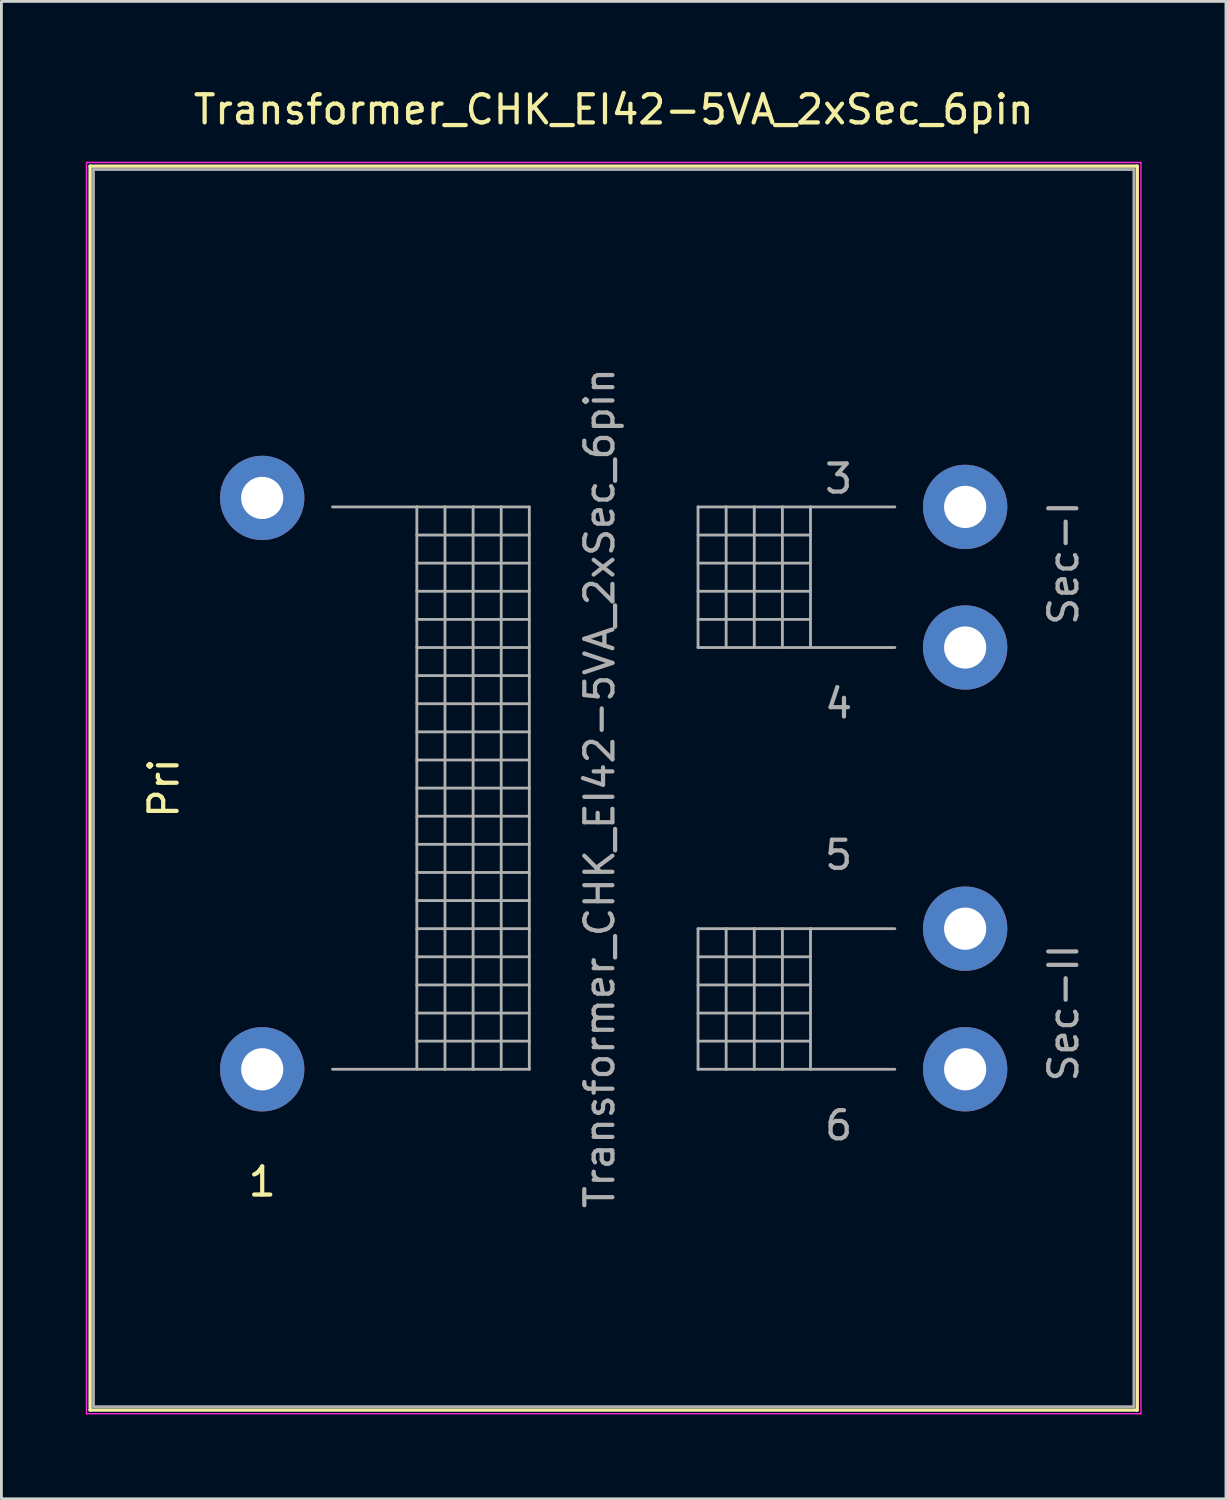
<source format=kicad_pcb>
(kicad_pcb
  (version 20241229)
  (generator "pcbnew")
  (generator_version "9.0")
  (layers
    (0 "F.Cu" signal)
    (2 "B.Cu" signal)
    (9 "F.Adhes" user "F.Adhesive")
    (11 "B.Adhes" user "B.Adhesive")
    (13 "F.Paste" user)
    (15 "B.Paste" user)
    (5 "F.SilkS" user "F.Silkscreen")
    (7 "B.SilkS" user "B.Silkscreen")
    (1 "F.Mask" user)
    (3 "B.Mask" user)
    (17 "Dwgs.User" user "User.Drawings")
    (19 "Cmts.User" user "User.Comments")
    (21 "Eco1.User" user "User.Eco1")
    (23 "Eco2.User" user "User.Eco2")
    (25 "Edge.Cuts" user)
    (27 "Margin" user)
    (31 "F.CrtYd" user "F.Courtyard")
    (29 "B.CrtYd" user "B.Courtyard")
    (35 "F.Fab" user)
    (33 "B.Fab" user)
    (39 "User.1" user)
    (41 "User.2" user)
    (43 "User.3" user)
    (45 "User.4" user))
  (footprint "Transformer_CHK_EI42-5VA_2xSec_6pin"
    (layer "F.Cu")
    (at 6.275 34.978)
    (property "Reference" "Transformer_CHK_EI42-5VA_2xSec_6pin" (at 12.5 -34.13 0) (layer "F.SilkS") (effects (font (size 1 1) (thickness 0.15))))
    (attr through_hole)
    (fp_line (start -6.12 -32.12) (end -6.12 12.12) (stroke (width 0.12) (type solid)) (layer "F.SilkS"))
    (fp_line (start -6.12 -32.12) (end 31.12 -32.12) (stroke (width 0.12) (type solid)) (layer "F.SilkS"))
    (fp_line (start 31.12 12.12) (end -6.12 12.12) (stroke (width 0.12) (type solid)) (layer "F.SilkS"))
    (fp_line (start 31.12 12.12) (end 31.12 -32.12) (stroke (width 0.12) (type solid)) (layer "F.SilkS"))
    (fp_line (start -6.25 -32.25) (end -6.25 12.25) (stroke (width 0.05) (type solid)) (layer "F.CrtYd"))
    (fp_line (start -6.25 -32.25) (end 31.25 -32.25) (stroke (width 0.05) (type solid)) (layer "F.CrtYd"))
    (fp_line (start 31.25 12.25) (end -6.25 12.25) (stroke (width 0.05) (type solid)) (layer "F.CrtYd"))
    (fp_line (start 31.25 12.25) (end 31.25 -32.25) (stroke (width 0.05) (type solid)) (layer "F.CrtYd"))
    (fp_line (start -6 -32) (end -6 12) (stroke (width 0.1) (type solid)) (layer "F.Fab"))
    (fp_line (start -6 12) (end 31 12) (stroke (width 0.1) (type solid)) (layer "F.Fab"))
    (fp_line (start 2.5 -20) (end 5.5 -20) (stroke (width 0.1) (type solid)) (layer "F.Fab"))
    (fp_line (start 5.5 -20) (end 5.5 0) (stroke (width 0.1) (type solid)) (layer "F.Fab"))
    (fp_line (start 5.5 -20) (end 6.5 -20) (stroke (width 0.1) (type solid)) (layer "F.Fab"))
    (fp_line (start 5.5 -19) (end 9.5 -19) (stroke (width 0.1) (type solid)) (layer "F.Fab"))
    (fp_line (start 5.5 -18) (end 9.5 -18) (stroke (width 0.1) (type solid)) (layer "F.Fab"))
    (fp_line (start 5.5 -17) (end 9.5 -17) (stroke (width 0.1) (type solid)) (layer "F.Fab"))
    (fp_line (start 5.5 -16) (end 9.5 -16) (stroke (width 0.1) (type solid)) (layer "F.Fab"))
    (fp_line (start 5.5 -15) (end 9.5 -15) (stroke (width 0.1) (type solid)) (layer "F.Fab"))
    (fp_line (start 5.5 -14) (end 9.5 -14) (stroke (width 0.1) (type solid)) (layer "F.Fab"))
    (fp_line (start 5.5 -13) (end 9.5 -13) (stroke (width 0.1) (type solid)) (layer "F.Fab"))
    (fp_line (start 5.5 -12) (end 9.5 -12) (stroke (width 0.1) (type solid)) (layer "F.Fab"))
    (fp_line (start 5.5 -11) (end 9.5 -11) (stroke (width 0.1) (type solid)) (layer "F.Fab"))
    (fp_line (start 5.5 -10) (end 9.5 -10) (stroke (width 0.1) (type solid)) (layer "F.Fab"))
    (fp_line (start 5.5 -9) (end 9.5 -9) (stroke (width 0.1) (type solid)) (layer "F.Fab"))
    (fp_line (start 5.5 -8) (end 9.5 -8) (stroke (width 0.1) (type solid)) (layer "F.Fab"))
    (fp_line (start 5.5 -7) (end 9.5 -7) (stroke (width 0.1) (type solid)) (layer "F.Fab"))
    (fp_line (start 5.5 -6) (end 9.5 -6) (stroke (width 0.1) (type solid)) (layer "F.Fab"))
    (fp_line (start 5.5 -5) (end 9.5 -5) (stroke (width 0.1) (type solid)) (layer "F.Fab"))
    (fp_line (start 5.5 -4) (end 9.5 -4) (stroke (width 0.1) (type solid)) (layer "F.Fab"))
    (fp_line (start 5.5 -3) (end 9.5 -3) (stroke (width 0.1) (type solid)) (layer "F.Fab"))
    (fp_line (start 5.5 -2) (end 9.5 -2) (stroke (width 0.1) (type solid)) (layer "F.Fab"))
    (fp_line (start 5.5 -1) (end 9.5 -1) (stroke (width 0.1) (type solid)) (layer "F.Fab"))
    (fp_line (start 5.5 0) (end 2.5 0) (stroke (width 0.1) (type solid)) (layer "F.Fab"))
    (fp_line (start 6.5 -20) (end 6.5 0) (stroke (width 0.1) (type solid)) (layer "F.Fab"))
    (fp_line (start 6.5 -20) (end 7.5 -20) (stroke (width 0.1) (type solid)) (layer "F.Fab"))
    (fp_line (start 6.5 0) (end 5.5 0) (stroke (width 0.1) (type solid)) (layer "F.Fab"))
    (fp_line (start 7.5 -20) (end 7.5 0) (stroke (width 0.1) (type solid)) (layer "F.Fab"))
    (fp_line (start 7.5 -20) (end 8.5 -20) (stroke (width 0.1) (type solid)) (layer "F.Fab"))
    (fp_line (start 7.5 0) (end 6.5 0) (stroke (width 0.1) (type solid)) (layer "F.Fab"))
    (fp_line (start 8.5 -20) (end 8.5 0) (stroke (width 0.1) (type solid)) (layer "F.Fab"))
    (fp_line (start 8.5 -20) (end 9.5 -20) (stroke (width 0.1) (type solid)) (layer "F.Fab"))
    (fp_line (start 8.5 0) (end 7.5 0) (stroke (width 0.1) (type solid)) (layer "F.Fab"))
    (fp_line (start 9.5 -20) (end 9.5 0) (stroke (width 0.1) (type solid)) (layer "F.Fab"))
    (fp_line (start 9.5 0) (end 8.5 0) (stroke (width 0.1) (type solid)) (layer "F.Fab"))
    (fp_line (start 15.5 -20) (end 15.5 -15) (stroke (width 0.1) (type solid)) (layer "F.Fab"))
    (fp_line (start 15.5 -19) (end 19.5 -19) (stroke (width 0.1) (type solid)) (layer "F.Fab"))
    (fp_line (start 15.5 -17) (end 19.5 -17) (stroke (width 0.1) (type solid)) (layer "F.Fab"))
    (fp_line (start 15.5 -15) (end 16.5 -15) (stroke (width 0.1) (type solid)) (layer "F.Fab"))
    (fp_line (start 15.5 -5) (end 15.5 0) (stroke (width 0.1) (type solid)) (layer "F.Fab"))
    (fp_line (start 15.5 -4) (end 19.5 -4) (stroke (width 0.1) (type solid)) (layer "F.Fab"))
    (fp_line (start 15.5 -3) (end 19.5 -3) (stroke (width 0.1) (type solid)) (layer "F.Fab"))
    (fp_line (start 15.5 -2) (end 19.5 -2) (stroke (width 0.1) (type solid)) (layer "F.Fab"))
    (fp_line (start 15.5 -1) (end 19.5 -1) (stroke (width 0.1) (type solid)) (layer "F.Fab"))
    (fp_line (start 15.5 0) (end 16.5 0) (stroke (width 0.1) (type solid)) (layer "F.Fab"))
    (fp_line (start 16.5 -20) (end 15.5 -20) (stroke (width 0.1) (type solid)) (layer "F.Fab"))
    (fp_line (start 16.5 -20) (end 16.5 -15) (stroke (width 0.1) (type solid)) (layer "F.Fab"))
    (fp_line (start 16.5 -15) (end 17.5 -15) (stroke (width 0.1) (type solid)) (layer "F.Fab"))
    (fp_line (start 16.5 -5) (end 15.5 -5) (stroke (width 0.1) (type solid)) (layer "F.Fab"))
    (fp_line (start 16.5 -5) (end 16.5 0) (stroke (width 0.1) (type solid)) (layer "F.Fab"))
    (fp_line (start 16.5 0) (end 17.5 0) (stroke (width 0.1) (type solid)) (layer "F.Fab"))
    (fp_line (start 17.5 -20) (end 16.5 -20) (stroke (width 0.1) (type solid)) (layer "F.Fab"))
    (fp_line (start 17.5 -20) (end 17.5 -15) (stroke (width 0.1) (type solid)) (layer "F.Fab"))
    (fp_line (start 17.5 -15) (end 18.5 -15) (stroke (width 0.1) (type solid)) (layer "F.Fab"))
    (fp_line (start 17.5 -5) (end 16.5 -5) (stroke (width 0.1) (type solid)) (layer "F.Fab"))
    (fp_line (start 17.5 -5) (end 17.5 0) (stroke (width 0.1) (type solid)) (layer "F.Fab"))
    (fp_line (start 17.5 0) (end 18.5 0) (stroke (width 0.1) (type solid)) (layer "F.Fab"))
    (fp_line (start 18.5 -20) (end 17.5 -20) (stroke (width 0.1) (type solid)) (layer "F.Fab"))
    (fp_line (start 18.5 -20) (end 18.5 -15) (stroke (width 0.1) (type solid)) (layer "F.Fab"))
    (fp_line (start 18.5 -15) (end 19.5 -15) (stroke (width 0.1) (type solid)) (layer "F.Fab"))
    (fp_line (start 18.5 -5) (end 17.5 -5) (stroke (width 0.1) (type solid)) (layer "F.Fab"))
    (fp_line (start 18.5 -5) (end 18.5 0) (stroke (width 0.1) (type solid)) (layer "F.Fab"))
    (fp_line (start 18.5 0) (end 19.5 0) (stroke (width 0.1) (type solid)) (layer "F.Fab"))
    (fp_line (start 19.5 -20) (end 18.5 -20) (stroke (width 0.1) (type solid)) (layer "F.Fab"))
    (fp_line (start 19.5 -20) (end 19.5 -15) (stroke (width 0.1) (type solid)) (layer "F.Fab"))
    (fp_line (start 19.5 -18) (end 15.5 -18) (stroke (width 0.1) (type solid)) (layer "F.Fab"))
    (fp_line (start 19.5 -16) (end 15.5 -16) (stroke (width 0.1) (type solid)) (layer "F.Fab"))
    (fp_line (start 19.5 -15) (end 22.5 -15) (stroke (width 0.1) (type solid)) (layer "F.Fab"))
    (fp_line (start 19.5 -5) (end 18.5 -5) (stroke (width 0.1) (type solid)) (layer "F.Fab"))
    (fp_line (start 19.5 -5) (end 19.5 0) (stroke (width 0.1) (type solid)) (layer "F.Fab"))
    (fp_line (start 19.5 0) (end 22.5 0) (stroke (width 0.1) (type solid)) (layer "F.Fab"))
    (fp_line (start 22.5 -20) (end 19.5 -20) (stroke (width 0.1) (type solid)) (layer "F.Fab"))
    (fp_line (start 22.5 -5) (end 19.5 -5) (stroke (width 0.1) (type solid)) (layer "F.Fab"))
    (fp_line (start 31 -32) (end -6 -32) (stroke (width 0.1) (type solid)) (layer "F.Fab"))
    (fp_line (start 31 12) (end 31 -32) (stroke (width 0.1) (type solid)) (layer "F.Fab"))
    (fp_text user "Pri" (at -3.5 -10 90) (layer "F.SilkS") (effects (font (size 1 1) (thickness 0.15))))
    (fp_text user "1" (at 0 4 0) (layer "F.SilkS") (effects (font (size 1 1) (thickness 0.15))))
    (fp_text user "Sec-II" (at 28.5 -2 90) (layer "F.Fab") (effects (font (size 1 1) (thickness 0.15))))
    (fp_text user "3" (at 20.5 -21 0) (layer "F.Fab") (effects (font (size 1 1) (thickness 0.15))))
    (fp_text user "5" (at 20.5 -7.62 0) (layer "F.Fab") (effects (font (size 1 1) (thickness 0.15))))
    (fp_text user "${REFERENCE}" (at 12 -10 90) (layer "F.Fab") (effects (font (size 1 1) (thickness 0.15))))
    (fp_text user "Sec-I" (at 28.5 -18 90) (layer "F.Fab") (effects (font (size 1 1) (thickness 0.15))))
    (fp_text user "4" (at 20.5 -13 0) (layer "F.Fab") (effects (font (size 1 1) (thickness 0.15))))
    (fp_text user "6" (at 20.5 2 0) (layer "F.Fab") (effects (font (size 1 1) (thickness 0.15))))
    (pad "1" thru_hole circle (at 0 0) (size 3 3) (drill 1.5) (layers "*.Cu" "*.Mask"))
    (pad "2" thru_hole circle (at 0 -20.32) (size 3 3) (drill 1.5) (layers "*.Cu" "*.Mask"))
    (pad "3" thru_hole circle (at 25 -20) (size 3 3) (drill 1.5) (layers "*.Cu" "*.Mask"))
    (pad "4" thru_hole circle (at 25 -15) (size 3 3) (drill 1.5) (layers "*.Cu" "*.Mask"))
    (pad "5" thru_hole circle (at 25 -5) (size 3 3) (drill 1.5) (layers "*.Cu" "*.Mask"))
    (pad "6" thru_hole circle (at 25 0) (size 3 3) (drill 1.5) (layers "*.Cu" "*.Mask")))
  (gr_rect
    (start -3 -3)
    (end 40.55 50.253)
    (stroke (width 0.1) (type default))
    (fill no)
    (layer "Edge.Cuts")))
</source>
